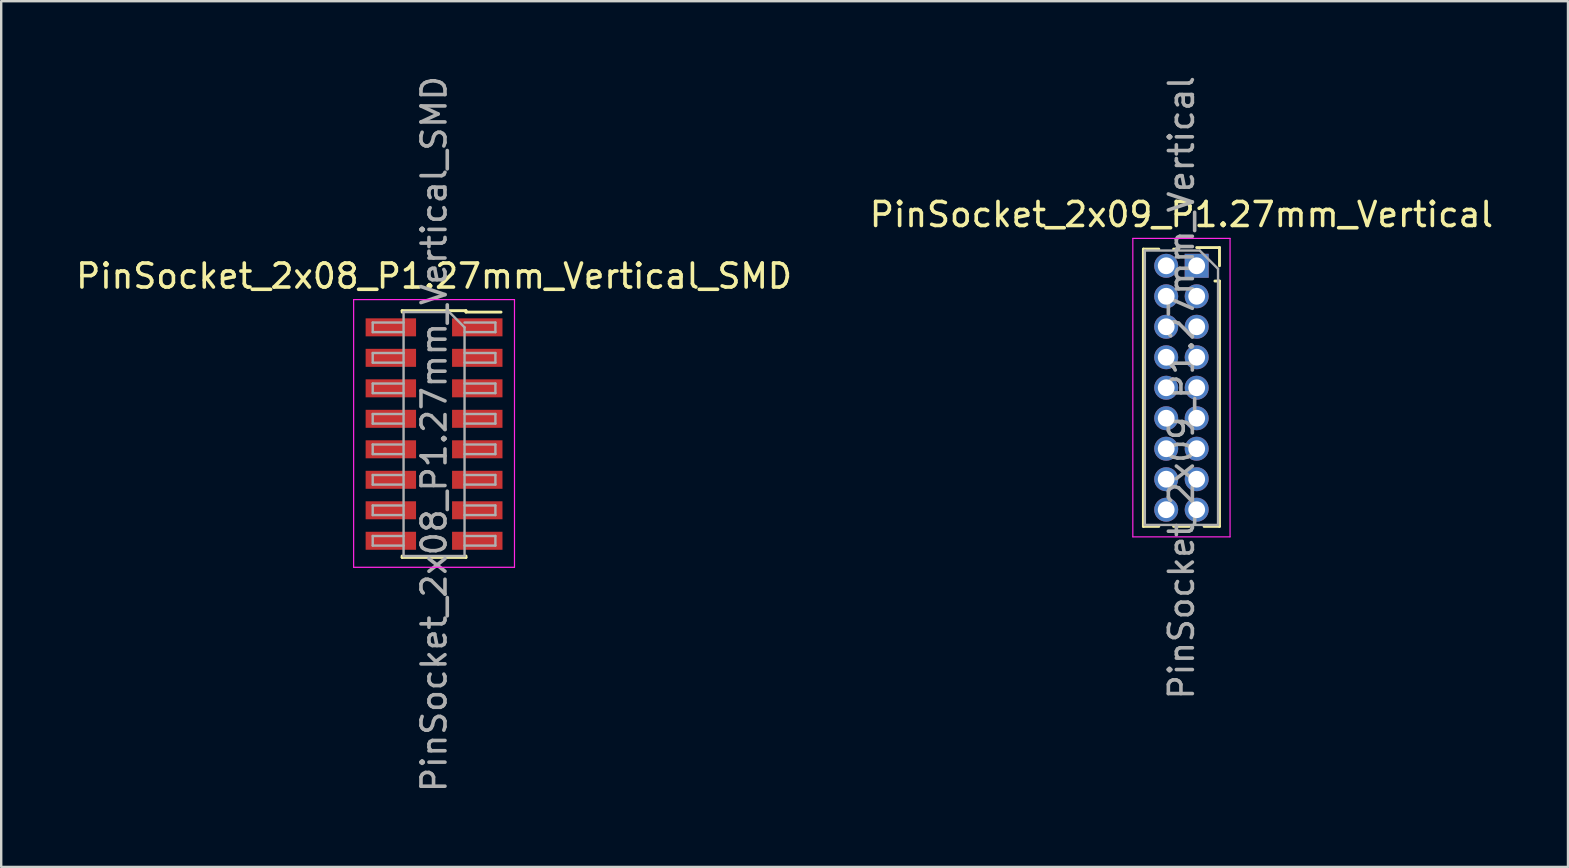
<source format=kicad_pcb>
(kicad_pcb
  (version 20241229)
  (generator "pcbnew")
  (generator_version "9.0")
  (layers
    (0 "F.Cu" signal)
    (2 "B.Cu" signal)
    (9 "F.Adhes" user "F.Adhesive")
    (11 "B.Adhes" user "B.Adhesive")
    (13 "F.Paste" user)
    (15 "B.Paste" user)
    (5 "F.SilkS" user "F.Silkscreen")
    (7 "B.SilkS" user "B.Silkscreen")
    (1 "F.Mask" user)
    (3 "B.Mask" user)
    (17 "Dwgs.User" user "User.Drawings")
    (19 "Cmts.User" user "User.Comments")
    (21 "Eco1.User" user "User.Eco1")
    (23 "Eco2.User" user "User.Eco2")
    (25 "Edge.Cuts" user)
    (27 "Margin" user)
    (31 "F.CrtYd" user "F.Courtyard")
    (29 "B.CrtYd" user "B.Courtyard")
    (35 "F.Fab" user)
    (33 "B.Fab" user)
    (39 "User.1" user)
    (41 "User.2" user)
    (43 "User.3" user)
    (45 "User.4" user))
  (footprint "PinSocket_2x09_P1.27mm_Vertical"
    (layer "F.Cu")
    (at 46.796 8.021)
    (property "Reference" "PinSocket_2x09_P1.27mm_Vertical" (at -0.635 -2.135 0) (layer "F.SilkS") (effects (font (size 1 1) (thickness 0.15))))
    (attr through_hole)
    (fp_line (start -2.22 -0.695) (end -2.22 10.855) (stroke (width 0.12) (type solid)) (layer "F.SilkS"))
    (fp_line (start -2.22 -0.695) (end -1.578 -0.695) (stroke (width 0.12) (type solid)) (layer "F.SilkS"))
    (fp_line (start -2.22 10.855) (end -1.578 10.855) (stroke (width 0.12) (type solid)) (layer "F.SilkS"))
    (fp_line (start -0.962 -0.695) (end -0.76 -0.695) (stroke (width 0.12) (type solid)) (layer "F.SilkS"))
    (fp_line (start -0.962 10.855) (end -0.308 10.855) (stroke (width 0.12) (type solid)) (layer "F.SilkS"))
    (fp_line (start 0 -0.76) (end 0.95 -0.76) (stroke (width 0.12) (type solid)) (layer "F.SilkS"))
    (fp_line (start 0.308 10.855) (end 0.95 10.855) (stroke (width 0.12) (type solid)) (layer "F.SilkS"))
    (fp_line (start 0.76 0.635) (end 0.95 0.635) (stroke (width 0.12) (type solid)) (layer "F.SilkS"))
    (fp_line (start 0.95 -0.76) (end 0.95 0) (stroke (width 0.12) (type solid)) (layer "F.SilkS"))
    (fp_line (start 0.95 0.635) (end 0.95 10.855) (stroke (width 0.12) (type solid)) (layer "F.SilkS"))
    (fp_line (start -2.66 -1.14) (end 1.39 -1.14) (stroke (width 0.05) (type solid)) (layer "F.CrtYd"))
    (fp_line (start -2.66 11.29) (end -2.66 -1.14) (stroke (width 0.05) (type solid)) (layer "F.CrtYd"))
    (fp_line (start 1.39 -1.14) (end 1.39 11.29) (stroke (width 0.05) (type solid)) (layer "F.CrtYd"))
    (fp_line (start 1.39 11.29) (end -2.66 11.29) (stroke (width 0.05) (type solid)) (layer "F.CrtYd"))
    (fp_line (start -2.16 -0.635) (end 0.128 -0.635) (stroke (width 0.1) (type solid)) (layer "F.Fab"))
    (fp_line (start -2.16 10.795) (end -2.16 -0.635) (stroke (width 0.1) (type solid)) (layer "F.Fab"))
    (fp_line (start 0.128 -0.635) (end 0.89 0.127) (stroke (width 0.1) (type solid)) (layer "F.Fab"))
    (fp_line (start 0.89 0.127) (end 0.89 10.795) (stroke (width 0.1) (type solid)) (layer "F.Fab"))
    (fp_line (start 0.89 10.795) (end -2.16 10.795) (stroke (width 0.1) (type solid)) (layer "F.Fab"))
    (fp_text user "${REFERENCE}" (at -0.635 5.08 90) (layer "F.Fab") (effects (font (size 1 1) (thickness 0.15))))
    (pad "1" thru_hole rect (at 0 0) (size 1 1) (drill 0.7) (layers "*.Cu" "*.Mask"))
    (pad "2" thru_hole circle (at -1.27 0) (size 1 1) (drill 0.7) (layers "*.Cu" "*.Mask"))
    (pad "3" thru_hole circle (at 0 1.27) (size 1 1) (drill 0.7) (layers "*.Cu" "*.Mask"))
    (pad "4" thru_hole circle (at -1.27 1.27) (size 1 1) (drill 0.7) (layers "*.Cu" "*.Mask"))
    (pad "5" thru_hole circle (at 0 2.54) (size 1 1) (drill 0.7) (layers "*.Cu" "*.Mask"))
    (pad "6" thru_hole circle (at -1.27 2.54) (size 1 1) (drill 0.7) (layers "*.Cu" "*.Mask"))
    (pad "7" thru_hole circle (at 0 3.81) (size 1 1) (drill 0.7) (layers "*.Cu" "*.Mask"))
    (pad "8" thru_hole circle (at -1.27 3.81) (size 1 1) (drill 0.7) (layers "*.Cu" "*.Mask"))
    (pad "9" thru_hole circle (at 0 5.08) (size 1 1) (drill 0.7) (layers "*.Cu" "*.Mask"))
    (pad "10" thru_hole circle (at -1.27 5.08) (size 1 1) (drill 0.7) (layers "*.Cu" "*.Mask"))
    (pad "11" thru_hole circle (at 0 6.35) (size 1 1) (drill 0.7) (layers "*.Cu" "*.Mask"))
    (pad "12" thru_hole circle (at -1.27 6.35) (size 1 1) (drill 0.7) (layers "*.Cu" "*.Mask"))
    (pad "13" thru_hole circle (at 0 7.62) (size 1 1) (drill 0.7) (layers "*.Cu" "*.Mask"))
    (pad "14" thru_hole circle (at -1.27 7.62) (size 1 1) (drill 0.7) (layers "*.Cu" "*.Mask"))
    (pad "15" thru_hole circle (at 0 8.89) (size 1 1) (drill 0.7) (layers "*.Cu" "*.Mask"))
    (pad "16" thru_hole circle (at -1.27 8.89) (size 1 1) (drill 0.7) (layers "*.Cu" "*.Mask"))
    (pad "17" thru_hole circle (at 0 10.16) (size 1 1) (drill 0.7) (layers "*.Cu" "*.Mask"))
    (pad "18" thru_hole circle (at -1.27 10.16) (size 1 1) (drill 0.7) (layers "*.Cu" "*.Mask")))
  (footprint "PinSocket_2x08_P1.27mm_Vertical_SMD"
    (layer "F.Cu")
    (at 15.03 15.03)
    (property "Reference" "PinSocket_2x08_P1.27mm_Vertical_SMD" (at 0 -6.58 0) (layer "F.SilkS") (effects (font (size 1 1) (thickness 0.15))))
    (attr smd)
    (fp_line (start -1.33 -5.14) (end -1.33 -5.08) (stroke (width 0.12) (type solid)) (layer "F.SilkS"))
    (fp_line (start -1.33 -5.14) (end 1.33 -5.14) (stroke (width 0.12) (type solid)) (layer "F.SilkS"))
    (fp_line (start -1.33 5.08) (end -1.33 5.14) (stroke (width 0.12) (type solid)) (layer "F.SilkS"))
    (fp_line (start -1.33 5.14) (end 1.33 5.14) (stroke (width 0.12) (type solid)) (layer "F.SilkS"))
    (fp_line (start 1.33 -5.14) (end 1.33 -5.08) (stroke (width 0.12) (type solid)) (layer "F.SilkS"))
    (fp_line (start 1.33 -5.08) (end 2.79 -5.08) (stroke (width 0.12) (type solid)) (layer "F.SilkS"))
    (fp_line (start 1.33 5.08) (end 1.33 5.14) (stroke (width 0.12) (type solid)) (layer "F.SilkS"))
    (fp_line (start -3.35 -5.6) (end 3.35 -5.6) (stroke (width 0.05) (type solid)) (layer "F.CrtYd"))
    (fp_line (start -3.35 5.55) (end -3.35 -5.6) (stroke (width 0.05) (type solid)) (layer "F.CrtYd"))
    (fp_line (start 3.35 -5.6) (end 3.35 5.55) (stroke (width 0.05) (type solid)) (layer "F.CrtYd"))
    (fp_line (start 3.35 5.55) (end -3.35 5.55) (stroke (width 0.05) (type solid)) (layer "F.CrtYd"))
    (fp_line (start -2.555 -4.645) (end -1.27 -4.645) (stroke (width 0.1) (type solid)) (layer "F.Fab"))
    (fp_line (start -2.555 -4.245) (end -2.555 -4.645) (stroke (width 0.1) (type solid)) (layer "F.Fab"))
    (fp_line (start -2.555 -3.375) (end -1.27 -3.375) (stroke (width 0.1) (type solid)) (layer "F.Fab"))
    (fp_line (start -2.555 -2.975) (end -2.555 -3.375) (stroke (width 0.1) (type solid)) (layer "F.Fab"))
    (fp_line (start -2.555 -2.105) (end -1.27 -2.105) (stroke (width 0.1) (type solid)) (layer "F.Fab"))
    (fp_line (start -2.555 -1.705) (end -2.555 -2.105) (stroke (width 0.1) (type solid)) (layer "F.Fab"))
    (fp_line (start -2.555 -0.835) (end -1.27 -0.835) (stroke (width 0.1) (type solid)) (layer "F.Fab"))
    (fp_line (start -2.555 -0.435) (end -2.555 -0.835) (stroke (width 0.1) (type solid)) (layer "F.Fab"))
    (fp_line (start -2.555 0.435) (end -1.27 0.435) (stroke (width 0.1) (type solid)) (layer "F.Fab"))
    (fp_line (start -2.555 0.835) (end -2.555 0.435) (stroke (width 0.1) (type solid)) (layer "F.Fab"))
    (fp_line (start -2.555 1.705) (end -1.27 1.705) (stroke (width 0.1) (type solid)) (layer "F.Fab"))
    (fp_line (start -2.555 2.105) (end -2.555 1.705) (stroke (width 0.1) (type solid)) (layer "F.Fab"))
    (fp_line (start -2.555 2.975) (end -1.27 2.975) (stroke (width 0.1) (type solid)) (layer "F.Fab"))
    (fp_line (start -2.555 3.375) (end -2.555 2.975) (stroke (width 0.1) (type solid)) (layer "F.Fab"))
    (fp_line (start -2.555 4.245) (end -1.27 4.245) (stroke (width 0.1) (type solid)) (layer "F.Fab"))
    (fp_line (start -2.555 4.645) (end -2.555 4.245) (stroke (width 0.1) (type solid)) (layer "F.Fab"))
    (fp_line (start -1.27 -5.08) (end 0.635 -5.08) (stroke (width 0.1) (type solid)) (layer "F.Fab"))
    (fp_line (start -1.27 -4.245) (end -2.555 -4.245) (stroke (width 0.1) (type solid)) (layer "F.Fab"))
    (fp_line (start -1.27 -2.975) (end -2.555 -2.975) (stroke (width 0.1) (type solid)) (layer "F.Fab"))
    (fp_line (start -1.27 -1.705) (end -2.555 -1.705) (stroke (width 0.1) (type solid)) (layer "F.Fab"))
    (fp_line (start -1.27 -0.435) (end -2.555 -0.435) (stroke (width 0.1) (type solid)) (layer "F.Fab"))
    (fp_line (start -1.27 0.835) (end -2.555 0.835) (stroke (width 0.1) (type solid)) (layer "F.Fab"))
    (fp_line (start -1.27 2.105) (end -2.555 2.105) (stroke (width 0.1) (type solid)) (layer "F.Fab"))
    (fp_line (start -1.27 3.375) (end -2.555 3.375) (stroke (width 0.1) (type solid)) (layer "F.Fab"))
    (fp_line (start -1.27 4.645) (end -2.555 4.645) (stroke (width 0.1) (type solid)) (layer "F.Fab"))
    (fp_line (start -1.27 5.08) (end -1.27 -5.08) (stroke (width 0.1) (type solid)) (layer "F.Fab"))
    (fp_line (start 0.635 -5.08) (end 1.27 -4.445) (stroke (width 0.1) (type solid)) (layer "F.Fab"))
    (fp_line (start 1.27 -4.645) (end 2.555 -4.645) (stroke (width 0.1) (type solid)) (layer "F.Fab"))
    (fp_line (start 1.27 -4.445) (end 1.27 5.08) (stroke (width 0.1) (type solid)) (layer "F.Fab"))
    (fp_line (start 1.27 -3.375) (end 2.555 -3.375) (stroke (width 0.1) (type solid)) (layer "F.Fab"))
    (fp_line (start 1.27 -2.105) (end 2.555 -2.105) (stroke (width 0.1) (type solid)) (layer "F.Fab"))
    (fp_line (start 1.27 -0.835) (end 2.555 -0.835) (stroke (width 0.1) (type solid)) (layer "F.Fab"))
    (fp_line (start 1.27 0.435) (end 2.555 0.435) (stroke (width 0.1) (type solid)) (layer "F.Fab"))
    (fp_line (start 1.27 1.705) (end 2.555 1.705) (stroke (width 0.1) (type solid)) (layer "F.Fab"))
    (fp_line (start 1.27 2.975) (end 2.555 2.975) (stroke (width 0.1) (type solid)) (layer "F.Fab"))
    (fp_line (start 1.27 4.245) (end 2.555 4.245) (stroke (width 0.1) (type solid)) (layer "F.Fab"))
    (fp_line (start 1.27 5.08) (end -1.27 5.08) (stroke (width 0.1) (type solid)) (layer "F.Fab"))
    (fp_line (start 2.555 -4.645) (end 2.555 -4.245) (stroke (width 0.1) (type solid)) (layer "F.Fab"))
    (fp_line (start 2.555 -4.245) (end 1.27 -4.245) (stroke (width 0.1) (type solid)) (layer "F.Fab"))
    (fp_line (start 2.555 -3.375) (end 2.555 -2.975) (stroke (width 0.1) (type solid)) (layer "F.Fab"))
    (fp_line (start 2.555 -2.975) (end 1.27 -2.975) (stroke (width 0.1) (type solid)) (layer "F.Fab"))
    (fp_line (start 2.555 -2.105) (end 2.555 -1.705) (stroke (width 0.1) (type solid)) (layer "F.Fab"))
    (fp_line (start 2.555 -1.705) (end 1.27 -1.705) (stroke (width 0.1) (type solid)) (layer "F.Fab"))
    (fp_line (start 2.555 -0.835) (end 2.555 -0.435) (stroke (width 0.1) (type solid)) (layer "F.Fab"))
    (fp_line (start 2.555 -0.435) (end 1.27 -0.435) (stroke (width 0.1) (type solid)) (layer "F.Fab"))
    (fp_line (start 2.555 0.435) (end 2.555 0.835) (stroke (width 0.1) (type solid)) (layer "F.Fab"))
    (fp_line (start 2.555 0.835) (end 1.27 0.835) (stroke (width 0.1) (type solid)) (layer "F.Fab"))
    (fp_line (start 2.555 1.705) (end 2.555 2.105) (stroke (width 0.1) (type solid)) (layer "F.Fab"))
    (fp_line (start 2.555 2.105) (end 1.27 2.105) (stroke (width 0.1) (type solid)) (layer "F.Fab"))
    (fp_line (start 2.555 2.975) (end 2.555 3.375) (stroke (width 0.1) (type solid)) (layer "F.Fab"))
    (fp_line (start 2.555 3.375) (end 1.27 3.375) (stroke (width 0.1) (type solid)) (layer "F.Fab"))
    (fp_line (start 2.555 4.245) (end 2.555 4.645) (stroke (width 0.1) (type solid)) (layer "F.Fab"))
    (fp_line (start 2.555 4.645) (end 1.27 4.645) (stroke (width 0.1) (type solid)) (layer "F.Fab"))
    (fp_text user "${REFERENCE}" (at 0 0 90) (layer "F.Fab") (effects (font (size 1 1) (thickness 0.15))))
    (pad "1" smd rect (at 1.8 -4.445) (size 2.1 0.75) (layers "F.Cu" "F.Mask" "F.Paste"))
    (pad "2" smd rect (at -1.8 -4.445) (size 2.1 0.75) (layers "F.Cu" "F.Mask" "F.Paste"))
    (pad "3" smd rect (at 1.8 -3.175) (size 2.1 0.75) (layers "F.Cu" "F.Mask" "F.Paste"))
    (pad "4" smd rect (at -1.8 -3.175) (size 2.1 0.75) (layers "F.Cu" "F.Mask" "F.Paste"))
    (pad "5" smd rect (at 1.8 -1.905) (size 2.1 0.75) (layers "F.Cu" "F.Mask" "F.Paste"))
    (pad "6" smd rect (at -1.8 -1.905) (size 2.1 0.75) (layers "F.Cu" "F.Mask" "F.Paste"))
    (pad "7" smd rect (at 1.8 -0.635) (size 2.1 0.75) (layers "F.Cu" "F.Mask" "F.Paste"))
    (pad "8" smd rect (at -1.8 -0.635) (size 2.1 0.75) (layers "F.Cu" "F.Mask" "F.Paste"))
    (pad "9" smd rect (at 1.8 0.635) (size 2.1 0.75) (layers "F.Cu" "F.Mask" "F.Paste"))
    (pad "10" smd rect (at -1.8 0.635) (size 2.1 0.75) (layers "F.Cu" "F.Mask" "F.Paste"))
    (pad "11" smd rect (at 1.8 1.905) (size 2.1 0.75) (layers "F.Cu" "F.Mask" "F.Paste"))
    (pad "12" smd rect (at -1.8 1.905) (size 2.1 0.75) (layers "F.Cu" "F.Mask" "F.Paste"))
    (pad "13" smd rect (at 1.8 3.175) (size 2.1 0.75) (layers "F.Cu" "F.Mask" "F.Paste"))
    (pad "14" smd rect (at -1.8 3.175) (size 2.1 0.75) (layers "F.Cu" "F.Mask" "F.Paste"))
    (pad "15" smd rect (at 1.8 4.445) (size 2.1 0.75) (layers "F.Cu" "F.Mask" "F.Paste"))
    (pad "16" smd rect (at -1.8 4.445) (size 2.1 0.75) (layers "F.Cu" "F.Mask" "F.Paste")))
  (gr_rect
    (start -3 -3)
    (end 62.262 33.06)
    (stroke (width 0.1) (type default))
    (fill no)
    (layer "Edge.Cuts")))
</source>
